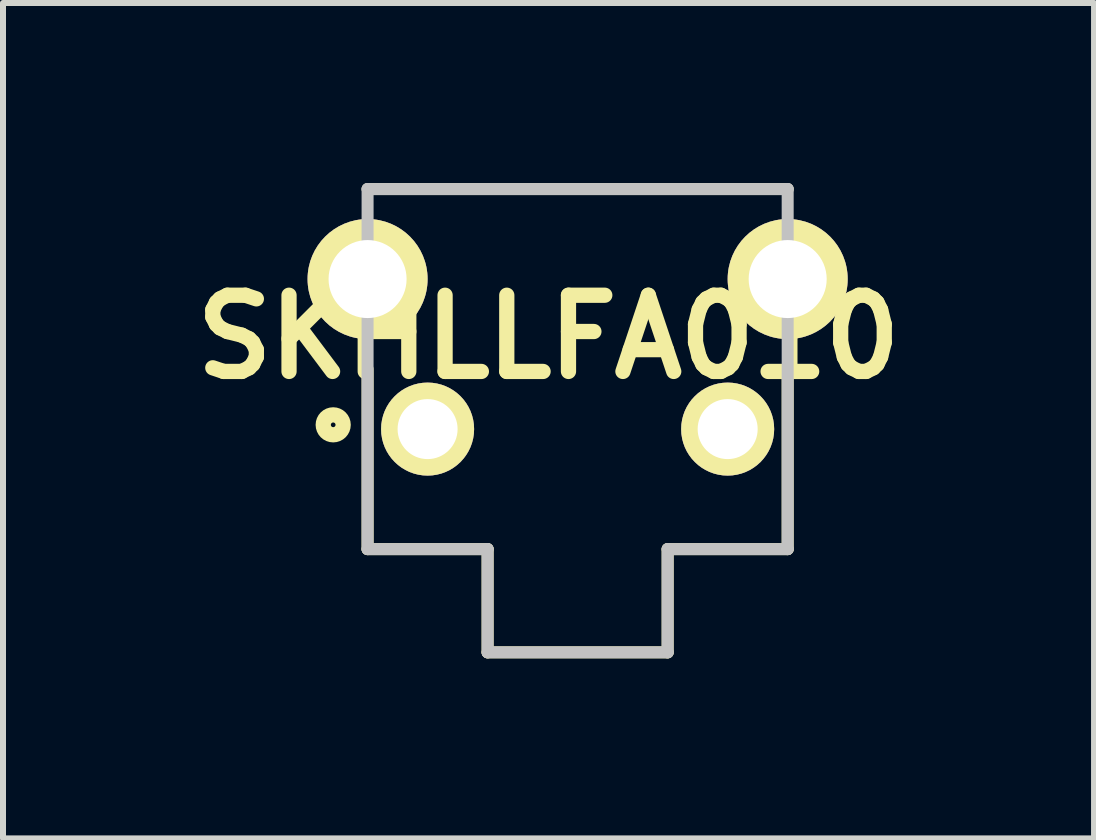
<source format=kicad_pcb>
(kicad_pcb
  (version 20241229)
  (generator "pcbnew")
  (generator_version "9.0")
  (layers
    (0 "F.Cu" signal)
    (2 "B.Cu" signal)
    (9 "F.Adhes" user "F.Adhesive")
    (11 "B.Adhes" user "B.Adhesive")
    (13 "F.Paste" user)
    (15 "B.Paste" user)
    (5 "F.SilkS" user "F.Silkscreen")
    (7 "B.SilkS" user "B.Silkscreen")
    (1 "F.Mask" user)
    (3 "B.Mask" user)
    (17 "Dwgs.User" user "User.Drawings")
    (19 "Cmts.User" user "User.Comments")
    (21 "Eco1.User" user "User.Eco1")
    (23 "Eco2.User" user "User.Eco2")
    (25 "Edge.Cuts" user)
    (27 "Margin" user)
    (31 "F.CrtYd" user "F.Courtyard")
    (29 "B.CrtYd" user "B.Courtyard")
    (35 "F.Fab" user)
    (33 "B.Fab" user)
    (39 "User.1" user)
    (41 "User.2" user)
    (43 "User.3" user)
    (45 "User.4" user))
  (footprint "SKHLLFA010"
    (layer "F.Cu")
    (at 6.575 6.1)
    (property "Reference" "SKHLLFA010" (at -0.485 -3.535 0) (layer "F.SilkS") (effects (font (size 1.27 1.27) (thickness 0.254))))
    (attr through_hole)
    (fp_line (start -3.5 -6) (end 3.5 -6) (stroke (width 0.2) (type solid)) (layer "F.SilkS"))
    (fp_line (start -3.5 -3) (end -3.5 0) (stroke (width 0.2) (type solid)) (layer "F.SilkS"))
    (fp_line (start -3.5 0) (end -1.5 0) (stroke (width 0.2) (type solid)) (layer "F.SilkS"))
    (fp_line (start -1.5 0) (end -1.5 1.72) (stroke (width 0.2) (type solid)) (layer "F.SilkS"))
    (fp_line (start -1.5 1.72) (end 1.5 1.72) (stroke (width 0.2) (type solid)) (layer "F.SilkS"))
    (fp_line (start 1.5 0) (end 3.5 0) (stroke (width 0.2) (type solid)) (layer "F.SilkS"))
    (fp_line (start 1.5 1.72) (end 1.5 0) (stroke (width 0.2) (type solid)) (layer "F.SilkS"))
    (fp_line (start 3.5 0) (end 3.5 -3) (stroke (width 0.2) (type solid)) (layer "F.SilkS"))
    (fp_circle (center -4.073 -2.071) (end -4.112 -2.071) (stroke (width 0.254) (type solid)) (fill no) (layer "F.SilkS"))
    (fp_line (start -3.5 0) (end -3.5 -6) (stroke (width 0.2) (type solid)) (layer "Dwgs.User"))
    (fp_line (start -1.5 0) (end -3.5 0) (stroke (width 0.2) (type solid)) (layer "Dwgs.User"))
    (fp_line (start -1.5 1.72) (end -1.5 0) (stroke (width 0.2) (type solid)) (layer "Dwgs.User"))
    (fp_line (start -1.5 1.72) (end 1.5 1.72) (stroke (width 0.2) (type solid)) (layer "Dwgs.User"))
    (fp_line (start 1.5 0) (end 3.5 0) (stroke (width 0.2) (type solid)) (layer "Dwgs.User"))
    (fp_line (start 1.5 1.72) (end 1.5 0) (stroke (width 0.2) (type solid)) (layer "Dwgs.User"))
    (fp_line (start 3.5 -6) (end -3.5 -6) (stroke (width 0.2) (type solid)) (layer "Dwgs.User"))
    (fp_line (start 3.5 0) (end 3.5 -6) (stroke (width 0.2) (type solid)) (layer "Dwgs.User"))
    (pad "1" thru_hole circle (at -2.5 -2 90) (size 1.55 1.55) (drill 1) (layers "*.Cu" "*.Mask" "F.SilkS"))
    (pad "2" thru_hole circle (at 2.5 -2 90) (size 1.55 1.55) (drill 1) (layers "*.Cu" "*.Mask" "F.SilkS"))
    (pad "3" thru_hole circle (at -3.5 -4.5 90) (size 2 2) (drill 1.3) (layers "*.Cu" "*.Mask" "F.SilkS"))
    (pad "4" thru_hole circle (at 3.5 -4.5 90) (size 2 2) (drill 1.3) (layers "*.Cu" "*.Mask" "F.SilkS")))
  (gr_rect
    (start -3 -3)
    (end 15.18 10.92)
    (stroke (width 0.1) (type default))
    (fill no)
    (layer "Edge.Cuts")))
</source>
